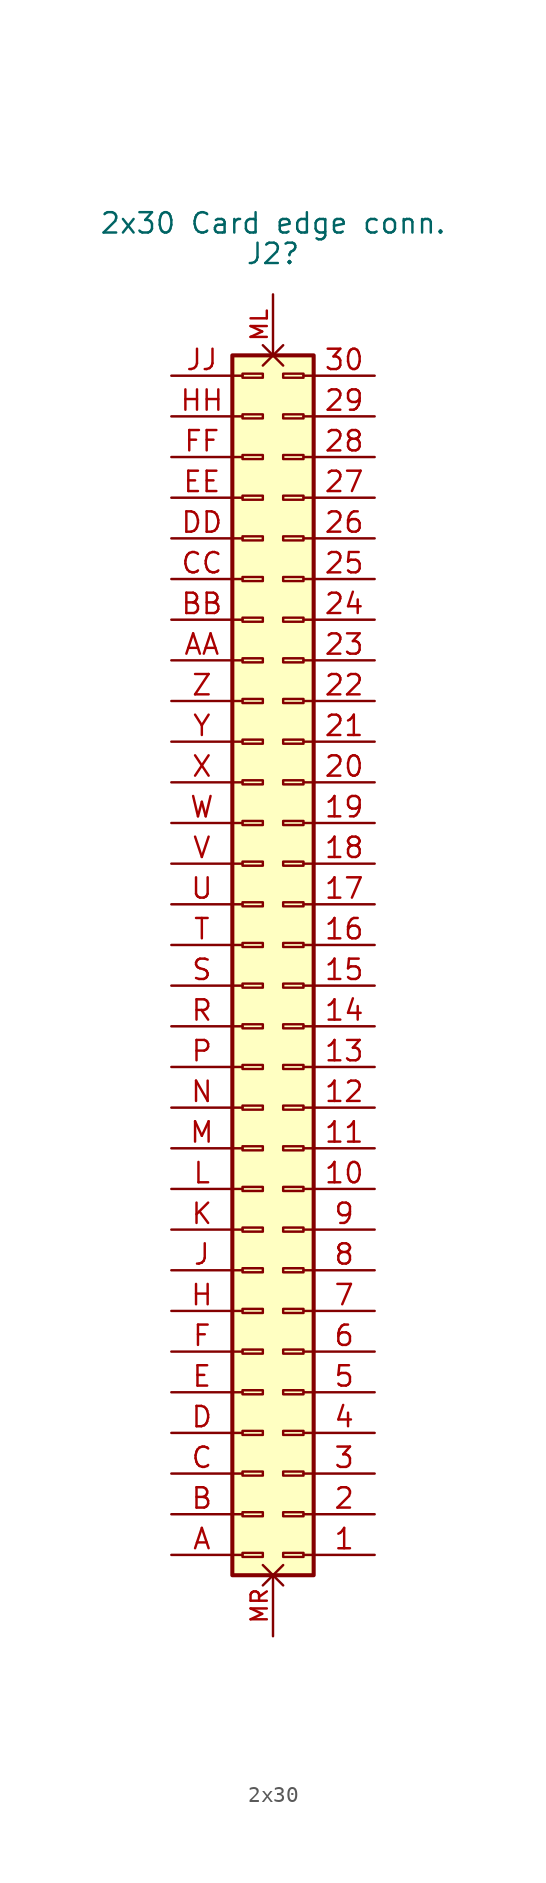
<source format=kicad_sym>
(kicad_symbol_lib
  (version 20220914)
  (generator kicad_symbol_editor)
  (symbol "2x30"
    (pin_names
      (offset 1.016) hide)
    (property "Reference" "J2"
      (at 0 44.45 0)
      (effects (font (size 1.27 1.27))))
    (property "Value" "2x30 Card edge conn."
      (at 0 46.355 0)
      (effects (font (size 1.27 1.27))))
    (symbol "2x30_0_1"
      (polyline (pts (xy -2.54 -36.83) (xy -1.905 -36.83)) (stroke (width 0) (type default)) (fill (type none)))
      (polyline (pts (xy -2.54 -34.29) (xy -1.905 -34.29)) (stroke (width 0) (type default)) (fill (type none)))
      (polyline (pts (xy -2.54 -31.75) (xy -1.905 -31.75)) (stroke (width 0) (type default)) (fill (type none)))
      (polyline (pts (xy -2.54 -29.21) (xy -1.905 -29.21)) (stroke (width 0) (type default)) (fill (type none)))
      (polyline (pts (xy -2.54 -26.67) (xy -1.905 -26.67)) (stroke (width 0) (type default)) (fill (type none)))
      (polyline (pts (xy -2.54 -24.13) (xy -1.905 -24.13)) (stroke (width 0) (type default)) (fill (type none)))
      (polyline (pts (xy -2.54 -21.59) (xy -1.905 -21.59)) (stroke (width 0) (type default)) (fill (type none)))
      (polyline (pts (xy -2.54 -19.05) (xy -1.905 -19.05)) (stroke (width 0) (type default)) (fill (type none)))
      (polyline (pts (xy -2.54 -16.51) (xy -1.905 -16.51)) (stroke (width 0) (type default)) (fill (type none)))
      (polyline (pts (xy -2.54 -13.97) (xy -1.905 -13.97)) (stroke (width 0) (type default)) (fill (type none)))
      (polyline (pts (xy -2.54 -11.43) (xy -1.905 -11.43)) (stroke (width 0) (type default)) (fill (type none)))
      (polyline (pts (xy -2.54 -8.89) (xy -1.905 -8.89)) (stroke (width 0) (type default)) (fill (type none)))
      (polyline (pts (xy -2.54 -6.35) (xy -1.905 -6.35)) (stroke (width 0) (type default)) (fill (type none)))
      (polyline (pts (xy -2.54 -3.81) (xy -1.905 -3.81)) (stroke (width 0) (type default)) (fill (type none)))
      (polyline (pts (xy -2.54 -1.27) (xy -1.905 -1.27)) (stroke (width 0) (type default)) (fill (type none)))
      (polyline (pts (xy -2.54 3.81) (xy -1.905 3.81)) (stroke (width 0) (type default)) (fill (type none)))
      (polyline (pts (xy -2.54 6.35) (xy -1.905 6.35)) (stroke (width 0) (type default)) (fill (type none)))
      (polyline (pts (xy -2.54 8.89) (xy -1.905 8.89)) (stroke (width 0) (type default)) (fill (type none)))
      (polyline (pts (xy -2.54 11.43) (xy -1.905 11.43)) (stroke (width 0) (type default)) (fill (type none)))
      (polyline (pts (xy -2.54 13.97) (xy -1.905 13.97)) (stroke (width 0) (type default)) (fill (type none)))
      (polyline (pts (xy -2.54 16.51) (xy -1.905 16.51)) (stroke (width 0) (type default)) (fill (type none)))
      (polyline (pts (xy -2.54 19.05) (xy -1.905 19.05)) (stroke (width 0) (type default)) (fill (type none)))
      (polyline (pts (xy -2.54 21.59) (xy -1.905 21.59)) (stroke (width 0) (type default)) (fill (type none)))
      (polyline (pts (xy -2.54 24.13) (xy -1.905 24.13)) (stroke (width 0) (type default)) (fill (type none)))
      (polyline (pts (xy -2.54 26.67) (xy -1.905 26.67)) (stroke (width 0) (type default)) (fill (type none)))
      (polyline (pts (xy -2.54 29.21) (xy -1.905 29.21)) (stroke (width 0) (type default)) (fill (type none)))
      (polyline (pts (xy -2.54 31.75) (xy -1.905 31.75)) (stroke (width 0) (type default)) (fill (type none)))
      (polyline (pts (xy -2.54 34.29) (xy -1.905 34.29)) (stroke (width 0) (type default)) (fill (type none)))
      (polyline (pts (xy -2.54 36.83) (xy -1.905 36.83)) (stroke (width 0) (type default)) (fill (type none)))
      (polyline (pts (xy -1.905 1.27) (xy -2.54 1.27)) (stroke (width 0) (type default)) (fill (type none)))
      (polyline (pts (xy 1.905 -34.29) (xy 2.54 -34.29)) (stroke (width 0) (type default)) (fill (type none)))
      (polyline (pts (xy 1.905 -31.75) (xy 2.54 -31.75)) (stroke (width 0) (type default)) (fill (type none)))
      (polyline (pts (xy 1.905 -29.21) (xy 2.54 -29.21)) (stroke (width 0) (type default)) (fill (type none)))
      (polyline (pts (xy 1.905 -26.67) (xy 2.54 -26.67)) (stroke (width 0) (type default)) (fill (type none)))
      (polyline (pts (xy 1.905 -24.13) (xy 2.54 -24.13)) (stroke (width 0) (type default)) (fill (type none)))
      (polyline (pts (xy 1.905 -21.59) (xy 2.54 -21.59)) (stroke (width 0) (type default)) (fill (type none)))
      (polyline (pts (xy 1.905 -19.05) (xy 2.54 -19.05)) (stroke (width 0) (type default)) (fill (type none)))
      (polyline (pts (xy 1.905 -16.51) (xy 2.54 -16.51)) (stroke (width 0) (type default)) (fill (type none)))
      (polyline (pts (xy 1.905 -13.97) (xy 2.54 -13.97)) (stroke (width 0) (type default)) (fill (type none)))
      (polyline (pts (xy 1.905 -11.43) (xy 2.54 -11.43)) (stroke (width 0) (type default)) (fill (type none)))
      (polyline (pts (xy 1.905 -8.89) (xy 2.54 -8.89)) (stroke (width 0) (type default)) (fill (type none)))
      (polyline (pts (xy 1.905 -6.35) (xy 2.54 -6.35)) (stroke (width 0) (type default)) (fill (type none)))
      (polyline (pts (xy 1.905 -3.81) (xy 2.54 -3.81)) (stroke (width 0) (type default)) (fill (type none)))
      (polyline (pts (xy 1.905 -1.27) (xy 2.54 -1.27)) (stroke (width 0) (type default)) (fill (type none)))
      (polyline (pts (xy 1.905 3.81) (xy 2.54 3.81)) (stroke (width 0) (type default)) (fill (type none)))
      (polyline (pts (xy 1.905 6.35) (xy 2.54 6.35)) (stroke (width 0) (type default)) (fill (type none)))
      (polyline (pts (xy 1.905 8.89) (xy 2.54 8.89)) (stroke (width 0) (type default)) (fill (type none)))
      (polyline (pts (xy 1.905 11.43) (xy 2.54 11.43)) (stroke (width 0) (type default)) (fill (type none)))
      (polyline (pts (xy 1.905 13.97) (xy 2.54 13.97)) (stroke (width 0) (type default)) (fill (type none)))
      (polyline (pts (xy 1.905 16.51) (xy 2.54 16.51)) (stroke (width 0) (type default)) (fill (type none)))
      (polyline (pts (xy 1.905 19.05) (xy 2.54 19.05)) (stroke (width 0) (type default)) (fill (type none)))
      (polyline (pts (xy 1.905 21.59) (xy 2.54 21.59)) (stroke (width 0) (type default)) (fill (type none)))
      (polyline (pts (xy 1.905 24.13) (xy 2.54 24.13)) (stroke (width 0) (type default)) (fill (type none)))
      (polyline (pts (xy 1.905 26.67) (xy 2.54 26.67)) (stroke (width 0) (type default)) (fill (type none)))
      (polyline (pts (xy 1.905 29.21) (xy 2.54 29.21)) (stroke (width 0) (type default)) (fill (type none)))
      (polyline (pts (xy 1.905 31.75) (xy 2.54 31.75)) (stroke (width 0) (type default)) (fill (type none)))
      (polyline (pts (xy 1.905 34.29) (xy 2.54 34.29)) (stroke (width 0) (type default)) (fill (type none)))
      (polyline (pts (xy 1.905 36.83) (xy 2.54 36.83)) (stroke (width 0) (type default)) (fill (type none)))
      (polyline (pts (xy 2.54 -36.83) (xy 1.905 -36.83)) (stroke (width 0) (type default)) (fill (type none)))
      (polyline (pts (xy 2.54 1.27) (xy 1.905 1.27)) (stroke (width 0) (type default)) (fill (type none))))
    (symbol "2x30_1_1"
      (rectangle (start -2.54 38.1) (end 2.54 -38.1) (stroke (width 0.254) (type solid)) (fill (type background)))
      (rectangle (start -1.905 -36.703) (end -0.635 -36.957) (stroke (width 0.152) (type solid)) (fill (type none)))
      (rectangle (start -1.905 -34.163) (end -0.635 -34.417) (stroke (width 0.152) (type solid)) (fill (type none)))
      (rectangle (start -1.905 -31.623) (end -0.635 -31.877) (stroke (width 0.152) (type solid)) (fill (type none)))
      (rectangle (start -1.905 -29.083) (end -0.635 -29.337) (stroke (width 0.152) (type solid)) (fill (type none)))
      (rectangle (start -1.905 -26.543) (end -0.635 -26.797) (stroke (width 0.152) (type solid)) (fill (type none)))
      (rectangle (start -1.905 -24.003) (end -0.635 -24.257) (stroke (width 0.152) (type solid)) (fill (type none)))
      (rectangle (start -1.905 -21.463) (end -0.635 -21.717) (stroke (width 0.152) (type solid)) (fill (type none)))
      (rectangle (start -1.905 -18.923) (end -0.635 -19.177) (stroke (width 0.152) (type solid)) (fill (type none)))
      (rectangle (start -1.905 -16.383) (end -0.635 -16.637) (stroke (width 0.152) (type solid)) (fill (type none)))
      (rectangle (start -1.905 -13.843) (end -0.635 -14.097) (stroke (width 0.152) (type solid)) (fill (type none)))
      (rectangle (start -1.905 -11.303) (end -0.635 -11.557) (stroke (width 0.152) (type solid)) (fill (type none)))
      (rectangle (start -1.905 -8.763) (end -0.635 -9.017) (stroke (width 0.152) (type solid)) (fill (type none)))
      (rectangle (start -1.905 -6.223) (end -0.635 -6.477) (stroke (width 0.152) (type solid)) (fill (type none)))
      (rectangle (start -1.905 -3.683) (end -0.635 -3.937) (stroke (width 0.152) (type solid)) (fill (type none)))
      (rectangle (start -1.905 -1.143) (end -0.635 -1.397) (stroke (width 0.152) (type solid)) (fill (type none)))
      (rectangle (start -1.905 1.397) (end -0.635 1.143) (stroke (width 0.152) (type solid)) (fill (type none)))
      (rectangle (start -1.905 3.937) (end -0.635 3.683) (stroke (width 0.152) (type solid)) (fill (type none)))
      (rectangle (start -1.905 6.477) (end -0.635 6.223) (stroke (width 0.152) (type solid)) (fill (type none)))
      (rectangle (start -1.905 9.017) (end -0.635 8.763) (stroke (width 0.152) (type solid)) (fill (type none)))
      (rectangle (start -1.905 11.557) (end -0.635 11.303) (stroke (width 0.152) (type solid)) (fill (type none)))
      (rectangle (start -1.905 14.097) (end -0.635 13.843) (stroke (width 0.152) (type solid)) (fill (type none)))
      (rectangle (start -1.905 16.637) (end -0.635 16.383) (stroke (width 0.152) (type solid)) (fill (type none)))
      (rectangle (start -1.905 19.177) (end -0.635 18.923) (stroke (width 0.152) (type solid)) (fill (type none)))
      (rectangle (start -1.905 21.717) (end -0.635 21.463) (stroke (width 0.152) (type solid)) (fill (type none)))
      (rectangle (start -1.905 24.257) (end -0.635 24.003) (stroke (width 0.152) (type solid)) (fill (type none)))
      (rectangle (start -1.905 26.797) (end -0.635 26.543) (stroke (width 0.152) (type solid)) (fill (type none)))
      (rectangle (start -1.905 29.337) (end -0.635 29.083) (stroke (width 0.152) (type solid)) (fill (type none)))
      (rectangle (start -1.905 31.877) (end -0.635 31.623) (stroke (width 0.152) (type solid)) (fill (type none)))
      (rectangle (start -1.905 34.417) (end -0.635 34.163) (stroke (width 0.152) (type solid)) (fill (type none)))
      (rectangle (start -1.905 36.957) (end -0.635 36.703) (stroke (width 0.152) (type solid)) (fill (type none)))
      (rectangle (start 0.635 -36.703) (end 1.905 -36.957) (stroke (width 0.152) (type solid)) (fill (type none)))
      (rectangle (start 0.635 -34.163) (end 1.905 -34.417) (stroke (width 0.152) (type solid)) (fill (type none)))
      (rectangle (start 0.635 -1.143) (end 1.905 -1.397) (stroke (width 0.152) (type solid)) (fill (type none)))
      (rectangle (start 1.905 -31.623) (end 0.635 -31.877) (stroke (width 0.152) (type solid)) (fill (type none)))
      (rectangle (start 1.905 -29.083) (end 0.635 -29.337) (stroke (width 0.152) (type solid)) (fill (type none)))
      (rectangle (start 1.905 -26.543) (end 0.635 -26.797) (stroke (width 0.152) (type solid)) (fill (type none)))
      (rectangle (start 1.905 -24.003) (end 0.635 -24.257) (stroke (width 0.152) (type solid)) (fill (type none)))
      (rectangle (start 1.905 -21.463) (end 0.635 -21.717) (stroke (width 0.152) (type solid)) (fill (type none)))
      (rectangle (start 1.905 -18.923) (end 0.635 -19.177) (stroke (width 0.152) (type solid)) (fill (type none)))
      (rectangle (start 1.905 -16.383) (end 0.635 -16.637) (stroke (width 0.152) (type solid)) (fill (type none)))
      (rectangle (start 1.905 -13.843) (end 0.635 -14.097) (stroke (width 0.152) (type solid)) (fill (type none)))
      (rectangle (start 1.905 -11.303) (end 0.635 -11.557) (stroke (width 0.152) (type solid)) (fill (type none)))
      (rectangle (start 1.905 -8.763) (end 0.635 -9.017) (stroke (width 0.152) (type solid)) (fill (type none)))
      (rectangle (start 1.905 -6.223) (end 0.635 -6.477) (stroke (width 0.152) (type solid)) (fill (type none)))
      (rectangle (start 1.905 -3.683) (end 0.635 -3.937) (stroke (width 0.152) (type solid)) (fill (type none)))
      (rectangle (start 1.905 1.397) (end 0.635 1.143) (stroke (width 0.152) (type solid)) (fill (type none)))
      (rectangle (start 1.905 3.937) (end 0.635 3.683) (stroke (width 0.152) (type solid)) (fill (type none)))
      (rectangle (start 1.905 6.477) (end 0.635 6.223) (stroke (width 0.152) (type solid)) (fill (type none)))
      (rectangle (start 1.905 9.017) (end 0.635 8.763) (stroke (width 0.152) (type solid)) (fill (type none)))
      (rectangle (start 1.905 11.557) (end 0.635 11.303) (stroke (width 0.152) (type solid)) (fill (type none)))
      (rectangle (start 1.905 14.097) (end 0.635 13.843) (stroke (width 0.152) (type solid)) (fill (type none)))
      (rectangle (start 1.905 16.637) (end 0.635 16.383) (stroke (width 0.152) (type solid)) (fill (type none)))
      (rectangle (start 1.905 19.177) (end 0.635 18.923) (stroke (width 0.152) (type solid)) (fill (type none)))
      (rectangle (start 1.905 21.717) (end 0.635 21.463) (stroke (width 0.152) (type solid)) (fill (type none)))
      (rectangle (start 1.905 24.257) (end 0.635 24.003) (stroke (width 0.152) (type solid)) (fill (type none)))
      (rectangle (start 1.905 26.797) (end 0.635 26.543) (stroke (width 0.152) (type solid)) (fill (type none)))
      (rectangle (start 1.905 29.337) (end 0.635 29.083) (stroke (width 0.152) (type solid)) (fill (type none)))
      (rectangle (start 1.905 31.877) (end 0.635 31.623) (stroke (width 0.152) (type solid)) (fill (type none)))
      (rectangle (start 1.905 34.417) (end 0.635 34.163) (stroke (width 0.152) (type solid)) (fill (type none)))
      (rectangle (start 1.905 36.957) (end 0.635 36.703) (stroke (width 0.152) (type solid)) (fill (type none)))
      (pin passive line (at 6.35 -36.83 180) (length 3.81) (name "Pin_1" (effects (font (size 1.27 1.27)))) (number "1" (effects (font (size 1.27 1.27)))))
      (pin passive line (at 6.35 -13.97 180) (length 3.81) (name "Pin_10" (effects (font (size 1.27 1.27)))) (number "10" (effects (font (size 1.27 1.27)))))
      (pin passive line (at 6.35 -11.43 180) (length 3.81) (name "Pin_11" (effects (font (size 1.27 1.27)))) (number "11" (effects (font (size 1.27 1.27)))))
      (pin passive line (at 6.35 -8.89 180) (length 3.81) (name "Pin_12" (effects (font (size 1.27 1.27)))) (number "12" (effects (font (size 1.27 1.27)))))
      (pin passive line (at 6.35 -6.35 180) (length 3.81) (name "Pin_13" (effects (font (size 1.27 1.27)))) (number "13" (effects (font (size 1.27 1.27)))))
      (pin passive line (at 6.35 -3.81 180) (length 3.81) (name "Pin_14" (effects (font (size 1.27 1.27)))) (number "14" (effects (font (size 1.27 1.27)))))
      (pin passive line (at 6.35 -1.27 180) (length 3.81) (name "Pin_15" (effects (font (size 1.27 1.27)))) (number "15" (effects (font (size 1.27 1.27)))))
      (pin passive line (at 6.35 1.27 180) (length 3.81) (name "Pin_16" (effects (font (size 1.27 1.27)))) (number "16" (effects (font (size 1.27 1.27)))))
      (pin passive line (at 6.35 3.81 180) (length 3.81) (name "Pin_17" (effects (font (size 1.27 1.27)))) (number "17" (effects (font (size 1.27 1.27)))))
      (pin passive line (at 6.35 6.35 180) (length 3.81) (name "Pin_18" (effects (font (size 1.27 1.27)))) (number "18" (effects (font (size 1.27 1.27)))))
      (pin passive line (at 6.35 8.89 180) (length 3.81) (name "Pin_19" (effects (font (size 1.27 1.27)))) (number "19" (effects (font (size 1.27 1.27)))))
      (pin passive line (at 6.35 -34.29 180) (length 3.81) (name "Pin_2" (effects (font (size 1.27 1.27)))) (number "2" (effects (font (size 1.27 1.27)))))
      (pin passive line (at 6.35 11.43 180) (length 3.81) (name "Pin_20" (effects (font (size 1.27 1.27)))) (number "20" (effects (font (size 1.27 1.27)))))
      (pin passive line (at 6.35 13.97 180) (length 3.81) (name "Pin_21" (effects (font (size 1.27 1.27)))) (number "21" (effects (font (size 1.27 1.27)))))
      (pin passive line (at 6.35 16.51 180) (length 3.81) (name "Pin_22" (effects (font (size 1.27 1.27)))) (number "22" (effects (font (size 1.27 1.27)))))
      (pin passive line (at 6.35 19.05 180) (length 3.81) (name "Pin_23" (effects (font (size 1.27 1.27)))) (number "23" (effects (font (size 1.27 1.27)))))
      (pin passive line (at 6.35 21.59 180) (length 3.81) (name "Pin_24" (effects (font (size 1.27 1.27)))) (number "24" (effects (font (size 1.27 1.27)))))
      (pin passive line (at 6.35 24.13 180) (length 3.81) (name "Pin_25" (effects (font (size 1.27 1.27)))) (number "25" (effects (font (size 1.27 1.27)))))
      (pin passive line (at 6.35 26.67 180) (length 3.81) (name "Pin_26" (effects (font (size 1.27 1.27)))) (number "26" (effects (font (size 1.27 1.27)))))
      (pin passive line (at 6.35 29.21 180) (length 3.81) (name "Pin_27" (effects (font (size 1.27 1.27)))) (number "27" (effects (font (size 1.27 1.27)))))
      (pin passive line (at 6.35 31.75 180) (length 3.81) (name "Pin_28" (effects (font (size 1.27 1.27)))) (number "28" (effects (font (size 1.27 1.27)))))
      (pin passive line (at 6.35 34.29 180) (length 3.81) (name "Pin_29" (effects (font (size 1.27 1.27)))) (number "29" (effects (font (size 1.27 1.27)))))
      (pin passive line (at 6.35 -31.75 180) (length 3.81) (name "Pin_3" (effects (font (size 1.27 1.27)))) (number "3" (effects (font (size 1.27 1.27)))))
      (pin passive line (at 6.35 36.83 180) (length 3.81) (name "Pin_30" (effects (font (size 1.27 1.27)))) (number "30" (effects (font (size 1.27 1.27)))))
      (pin passive line (at 6.35 -29.21 180) (length 3.81) (name "Pin_4" (effects (font (size 1.27 1.27)))) (number "4" (effects (font (size 1.27 1.27)))))
      (pin passive line (at 6.35 -26.67 180) (length 3.81) (name "Pin_55" (effects (font (size 1.27 1.27)))) (number "5" (effects (font (size 1.27 1.27)))))
      (pin passive line (at 6.35 -24.13 180) (length 3.81) (name "Pin_6" (effects (font (size 1.27 1.27)))) (number "6" (effects (font (size 1.27 1.27)))))
      (pin passive line (at 6.35 -21.59 180) (length 3.81) (name "Pin_7" (effects (font (size 1.27 1.27)))) (number "7" (effects (font (size 1.27 1.27)))))
      (pin passive line (at 6.35 -19.05 180) (length 3.81) (name "Pin_8" (effects (font (size 1.27 1.27)))) (number "8" (effects (font (size 1.27 1.27)))))
      (pin passive line (at 6.35 -16.51 180) (length 3.81) (name "Pin_9" (effects (font (size 1.27 1.27)))) (number "9" (effects (font (size 1.27 1.27)))))
      (pin passive line (at -6.35 -36.83 0) (length 3.81) (name "Pin_A" (effects (font (size 1.27 1.27)))) (number "A" (effects (font (size 1.27 1.27)))))
      (pin passive line (at -6.35 19.05 0) (length 3.81) (name "Pin_AA" (effects (font (size 1.27 1.27)))) (number "AA" (effects (font (size 1.27 1.27)))))
      (pin passive line (at -6.35 -34.29 0) (length 3.81) (name "Pin_B" (effects (font (size 1.27 1.27)))) (number "B" (effects (font (size 1.27 1.27)))))
      (pin passive line (at -6.35 21.59 0) (length 3.81) (name "Pin_BB" (effects (font (size 1.27 1.27)))) (number "BB" (effects (font (size 1.27 1.27)))))
      (pin passive line (at -6.35 -31.75 0) (length 3.81) (name "Pin_C" (effects (font (size 1.27 1.27)))) (number "C" (effects (font (size 1.27 1.27)))))
      (pin passive line (at -6.35 24.13 0) (length 3.81) (name "Pin_CC" (effects (font (size 1.27 1.27)))) (number "CC" (effects (font (size 1.27 1.27)))))
      (pin passive line (at -6.35 -29.21 0) (length 3.81) (name "Pin_D" (effects (font (size 1.27 1.27)))) (number "D" (effects (font (size 1.27 1.27)))))
      (pin passive line (at -6.35 26.67 0) (length 3.81) (name "Pin_DD" (effects (font (size 1.27 1.27)))) (number "DD" (effects (font (size 1.27 1.27)))))
      (pin passive line (at -6.35 -26.67 0) (length 3.81) (name "Pin_E" (effects (font (size 1.27 1.27)))) (number "E" (effects (font (size 1.27 1.27)))))
      (pin passive line (at -6.35 29.21 0) (length 3.81) (name "Pin_EE" (effects (font (size 1.27 1.27)))) (number "EE" (effects (font (size 1.27 1.27)))))
      (pin passive line (at -6.35 -24.13 0) (length 3.81) (name "Pin_F" (effects (font (size 1.27 1.27)))) (number "F" (effects (font (size 1.27 1.27)))))
      (pin passive line (at -6.35 31.75 0) (length 3.81) (name "Pin_FF" (effects (font (size 1.27 1.27)))) (number "FF" (effects (font (size 1.27 1.27)))))
      (pin passive line (at -6.35 -21.59 0) (length 3.81) (name "Pin_H" (effects (font (size 1.27 1.27)))) (number "H" (effects (font (size 1.27 1.27)))))
      (pin passive line (at -6.35 34.29 0) (length 3.81) (name "Pin_HH" (effects (font (size 1.27 1.27)))) (number "HH" (effects (font (size 1.27 1.27)))))
      (pin passive line (at -6.35 -19.05 0) (length 3.81) (name "Pin_J" (effects (font (size 1.27 1.27)))) (number "J" (effects (font (size 1.27 1.27)))))
      (pin passive line (at -6.35 36.83 0) (length 3.81) (name "Pin_JJ" (effects (font (size 1.27 1.27)))) (number "JJ" (effects (font (size 1.27 1.27)))))
      (pin passive line (at -6.35 -16.51 0) (length 3.81) (name "Pin_K" (effects (font (size 1.27 1.27)))) (number "K" (effects (font (size 1.27 1.27)))))
      (pin passive line (at -6.35 -13.97 0) (length 3.81) (name "Pin_L" (effects (font (size 1.27 1.27)))) (number "L" (effects (font (size 1.27 1.27)))))
      (pin passive line (at -6.35 -11.43 0) (length 3.81) (name "Pin_M" (effects (font (size 1.27 1.27)))) (number "M" (effects (font (size 1.27 1.27)))))
      (pin free non_logic (at 0 41.91 270) (length 3.81) (name "MntLeft" (effects (font (size 1.27 1.27)))) (number "ML" (effects (font (size 1.016 1.016)))))
      (pin free non_logic (at 0 -41.91 90) (length 3.81) (name "MntRight" (effects (font (size 1.27 1.27)))) (number "MR" (effects (font (size 1.016 1.016)))))
      (pin passive line (at -6.35 -8.89 0) (length 3.81) (name "Pin_N" (effects (font (size 1.27 1.27)))) (number "N" (effects (font (size 1.27 1.27)))))
      (pin passive line (at -6.35 -6.35 0) (length 3.81) (name "Pin_P" (effects (font (size 1.27 1.27)))) (number "P" (effects (font (size 1.27 1.27)))))
      (pin passive line (at -6.35 -3.81 0) (length 3.81) (name "Pin_R" (effects (font (size 1.27 1.27)))) (number "R" (effects (font (size 1.27 1.27)))))
      (pin passive line (at -6.35 -1.27 0) (length 3.81) (name "Pin_S" (effects (font (size 1.27 1.27)))) (number "S" (effects (font (size 1.27 1.27)))))
      (pin passive line (at -6.35 1.27 0) (length 3.81) (name "Pin_T" (effects (font (size 1.27 1.27)))) (number "T" (effects (font (size 1.27 1.27)))))
      (pin passive line (at -6.35 3.81 0) (length 3.81) (name "Pin_U" (effects (font (size 1.27 1.27)))) (number "U" (effects (font (size 1.27 1.27)))))
      (pin passive line (at -6.35 6.35 0) (length 3.81) (name "Pin_V" (effects (font (size 1.27 1.27)))) (number "V" (effects (font (size 1.27 1.27)))))
      (pin passive line (at -6.35 8.89 0) (length 3.81) (name "Pin_W" (effects (font (size 1.27 1.27)))) (number "W" (effects (font (size 1.27 1.27)))))
      (pin passive line (at -6.35 11.43 0) (length 3.81) (name "Pin_X" (effects (font (size 1.27 1.27)))) (number "X" (effects (font (size 1.27 1.27)))))
      (pin passive line (at -6.35 13.97 0) (length 3.81) (name "Pin_Y" (effects (font (size 1.27 1.27)))) (number "Y" (effects (font (size 1.27 1.27)))))
      (pin passive line (at -6.35 16.51 0) (length 3.81) (name "Pin_Z" (effects (font (size 1.27 1.27)))) (number "Z" (effects (font (size 1.27 1.27))))))))
</source>
